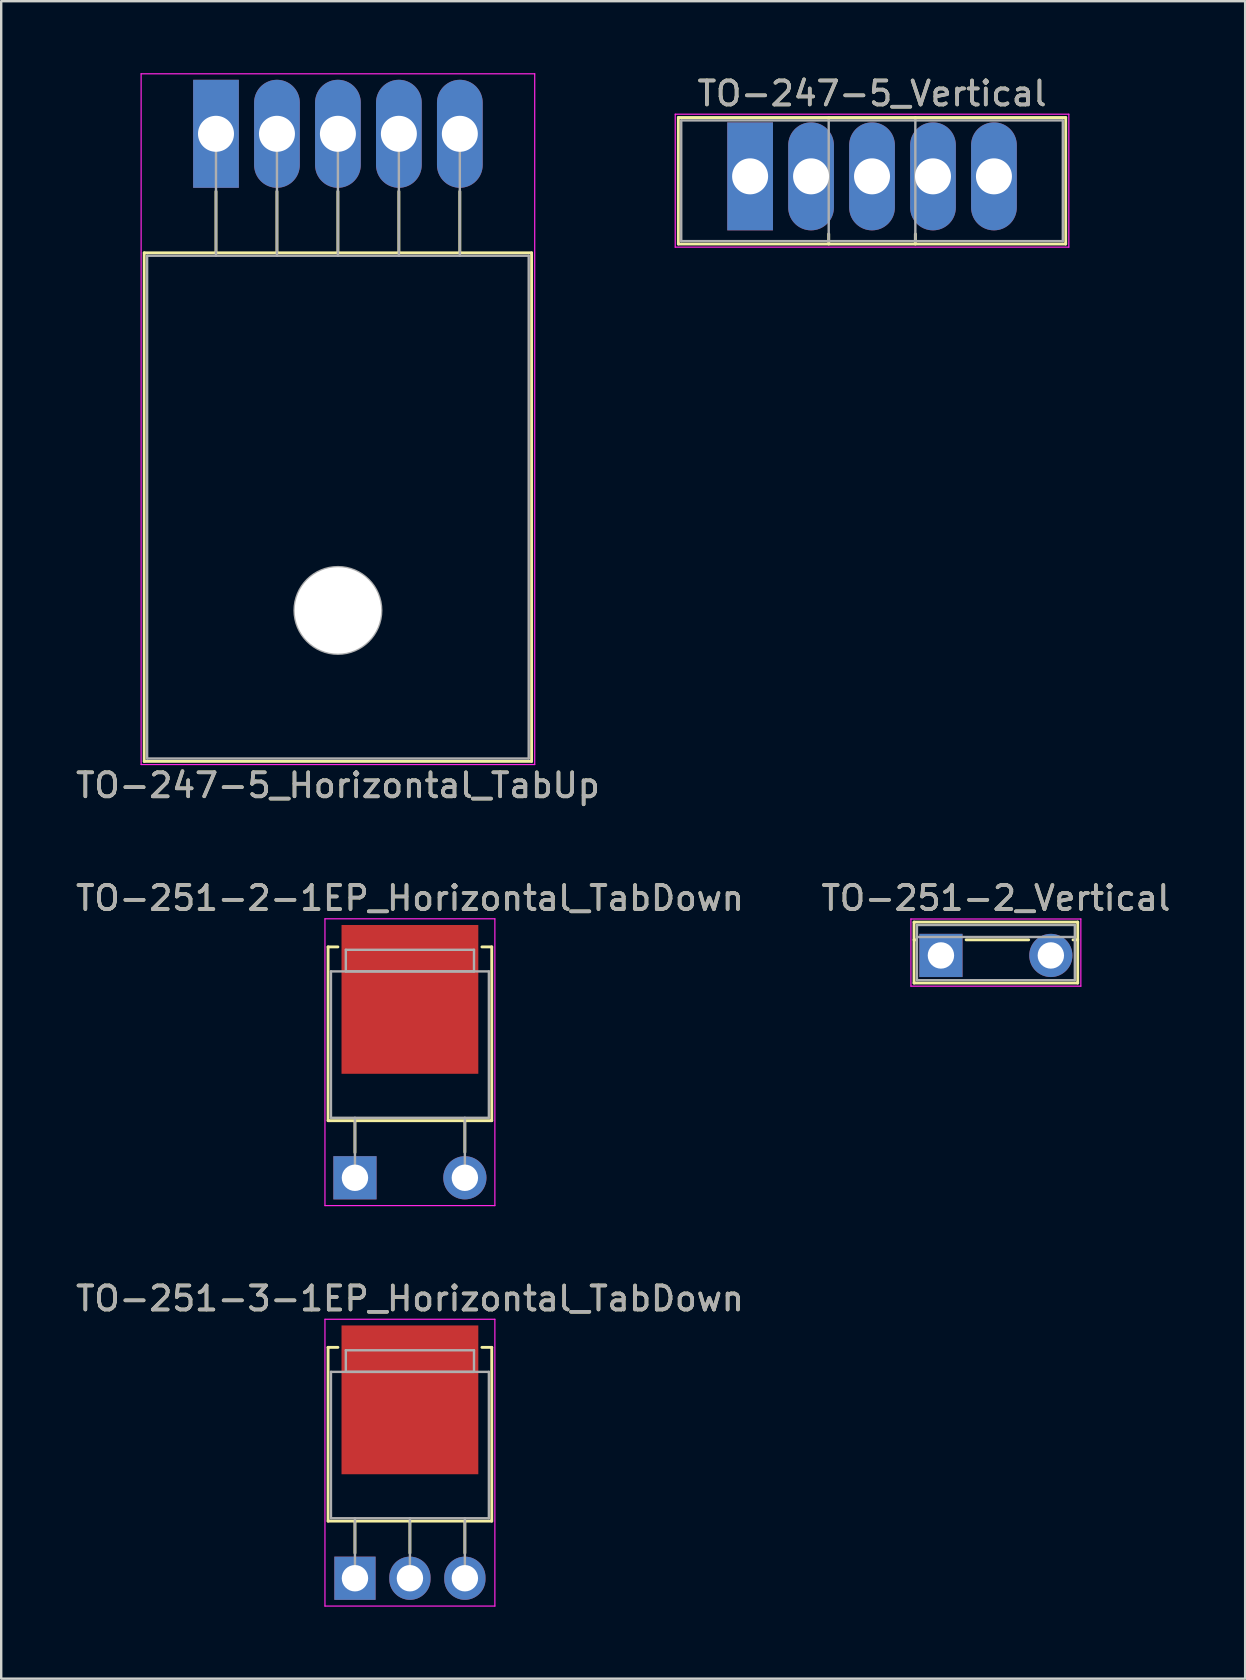
<source format=kicad_pcb>
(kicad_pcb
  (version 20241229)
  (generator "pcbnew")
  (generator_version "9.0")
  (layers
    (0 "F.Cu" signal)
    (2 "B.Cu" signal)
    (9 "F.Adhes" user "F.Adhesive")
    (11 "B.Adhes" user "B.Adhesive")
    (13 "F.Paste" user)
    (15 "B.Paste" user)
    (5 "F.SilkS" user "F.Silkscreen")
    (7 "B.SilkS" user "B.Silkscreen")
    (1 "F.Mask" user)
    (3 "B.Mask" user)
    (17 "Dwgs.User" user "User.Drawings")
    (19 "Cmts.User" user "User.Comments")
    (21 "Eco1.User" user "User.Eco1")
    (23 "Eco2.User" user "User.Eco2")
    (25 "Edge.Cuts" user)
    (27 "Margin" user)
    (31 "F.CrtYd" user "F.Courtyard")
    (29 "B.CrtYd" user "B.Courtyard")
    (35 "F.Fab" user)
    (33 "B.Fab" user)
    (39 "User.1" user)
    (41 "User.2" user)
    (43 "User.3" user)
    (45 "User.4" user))
  (footprint "TO-251-2_Vertical"
    (layer "F.Cu")
    (at 36.156 36.761)
    (property "Reference" "TO-251-2_Vertical" (at 2.29 -2.39 0) (layer "F.SilkS") (effects (font (size 1 1) (thickness 0.15))))
    (attr through_hole)
    (fp_line (start -1.12 -1.39) (end -1.12 1.15) (stroke (width 0.12) (type solid)) (layer "F.SilkS"))
    (fp_line (start -1.12 -1.39) (end 5.7 -1.39) (stroke (width 0.12) (type solid)) (layer "F.SilkS"))
    (fp_line (start -1.12 -0.651) (end -1.05 -0.651) (stroke (width 0.12) (type solid)) (layer "F.SilkS"))
    (fp_line (start -1.12 1.15) (end 5.7 1.15) (stroke (width 0.12) (type solid)) (layer "F.SilkS"))
    (fp_line (start 1.05 -0.651) (end 3.656 -0.651) (stroke (width 0.12) (type solid)) (layer "F.SilkS"))
    (fp_line (start 5.505 -0.651) (end 5.7 -0.651) (stroke (width 0.12) (type solid)) (layer "F.SilkS"))
    (fp_line (start 5.7 -1.39) (end 5.7 1.15) (stroke (width 0.12) (type solid)) (layer "F.SilkS"))
    (fp_line (start -1.25 -1.52) (end -1.25 1.28) (stroke (width 0.05) (type solid)) (layer "F.CrtYd"))
    (fp_line (start -1.25 1.28) (end 5.83 1.28) (stroke (width 0.05) (type solid)) (layer "F.CrtYd"))
    (fp_line (start 5.83 -1.52) (end -1.25 -1.52) (stroke (width 0.05) (type solid)) (layer "F.CrtYd"))
    (fp_line (start 5.83 1.28) (end 5.83 -1.52) (stroke (width 0.05) (type solid)) (layer "F.CrtYd"))
    (fp_line (start -1 -1.27) (end -1 1.03) (stroke (width 0.1) (type solid)) (layer "F.Fab"))
    (fp_line (start -1 -0.77) (end 5.58 -0.77) (stroke (width 0.1) (type solid)) (layer "F.Fab"))
    (fp_line (start -1 1.03) (end 5.58 1.03) (stroke (width 0.1) (type solid)) (layer "F.Fab"))
    (fp_line (start 5.58 -1.27) (end -1 -1.27) (stroke (width 0.1) (type solid)) (layer "F.Fab"))
    (fp_line (start 5.58 1.03) (end 5.58 -1.27) (stroke (width 0.1) (type solid)) (layer "F.Fab"))
    (fp_text user "${REFERENCE}" (at 2.29 -2.39 0) (layer "F.Fab") (effects (font (size 1 1) (thickness 0.15))))
    (pad "1" thru_hole rect (at 0 0) (size 1.8 1.8) (drill 1.1) (layers "*.Cu" "*.Mask"))
    (pad "2" thru_hole oval (at 4.58 0) (size 1.8 1.8) (drill 1.1) (layers "*.Cu" "*.Mask")))
  (footprint "TO-251-3-1EP_Horizontal_TabDown"
    (layer "F.Cu")
    (at 11.74 62.711)
    (property "Reference" "TO-251-3-1EP_Horizontal_TabDown" (at 2.29 -11.653 0) (layer "F.SilkS") (effects (font (size 1 1) (thickness 0.15))))
    (attr through_hole)
    (fp_line (start -1.12 -9.62) (end -1.12 -2.38) (stroke (width 0.12) (type solid)) (layer "F.SilkS"))
    (fp_line (start -1.12 -9.62) (end -0.711 -9.62) (stroke (width 0.12) (type solid)) (layer "F.SilkS"))
    (fp_line (start -1.12 -2.38) (end 5.7 -2.38) (stroke (width 0.12) (type solid)) (layer "F.SilkS"))
    (fp_line (start 0 -2.38) (end 0 -1.05) (stroke (width 0.12) (type solid)) (layer "F.SilkS"))
    (fp_line (start 2.29 -2.38) (end 2.29 -1.05) (stroke (width 0.12) (type solid)) (layer "F.SilkS"))
    (fp_line (start 4.58 -2.38) (end 4.58 -1.05) (stroke (width 0.12) (type solid)) (layer "F.SilkS"))
    (fp_line (start 5.291 -9.62) (end 5.7 -9.62) (stroke (width 0.12) (type solid)) (layer "F.SilkS"))
    (fp_line (start 5.7 -9.62) (end 5.7 -2.38) (stroke (width 0.12) (type solid)) (layer "F.SilkS"))
    (fp_line (start -1.25 -10.79) (end -1.25 1.16) (stroke (width 0.05) (type solid)) (layer "F.CrtYd"))
    (fp_line (start -1.25 1.16) (end 5.83 1.16) (stroke (width 0.05) (type solid)) (layer "F.CrtYd"))
    (fp_line (start 5.83 -10.79) (end -1.25 -10.79) (stroke (width 0.05) (type solid)) (layer "F.CrtYd"))
    (fp_line (start 5.83 1.16) (end 5.83 -10.79) (stroke (width 0.05) (type solid)) (layer "F.CrtYd"))
    (fp_line (start -1 -8.6) (end 5.58 -8.6) (stroke (width 0.1) (type solid)) (layer "F.Fab"))
    (fp_line (start -1 -2.5) (end -1 -8.6) (stroke (width 0.1) (type solid)) (layer "F.Fab"))
    (fp_line (start -0.38 -9.5) (end 4.96 -9.5) (stroke (width 0.1) (type solid)) (layer "F.Fab"))
    (fp_line (start -0.38 -8.6) (end -0.38 -9.5) (stroke (width 0.1) (type solid)) (layer "F.Fab"))
    (fp_line (start 0 -2.5) (end 0 0) (stroke (width 0.1) (type solid)) (layer "F.Fab"))
    (fp_line (start 2.29 -2.5) (end 2.29 0) (stroke (width 0.1) (type solid)) (layer "F.Fab"))
    (fp_line (start 4.58 -2.5) (end 4.58 0) (stroke (width 0.1) (type solid)) (layer "F.Fab"))
    (fp_line (start 4.96 -9.5) (end 4.96 -8.6) (stroke (width 0.1) (type solid)) (layer "F.Fab"))
    (fp_line (start 4.96 -8.6) (end -0.38 -8.6) (stroke (width 0.1) (type solid)) (layer "F.Fab"))
    (fp_line (start 5.58 -8.6) (end 5.58 -2.5) (stroke (width 0.1) (type solid)) (layer "F.Fab"))
    (fp_line (start 5.58 -2.5) (end -1 -2.5) (stroke (width 0.1) (type solid)) (layer "F.Fab"))
    (fp_text user "${REFERENCE}" (at 2.29 -11.653 0) (layer "F.Fab") (effects (font (size 1 1) (thickness 0.15))))
    (pad "1" thru_hole rect (at 0 0) (size 1.718 1.8) (drill 1.1) (layers "*.Cu" "*.Mask"))
    (pad "2" thru_hole oval (at 2.29 0) (size 1.718 1.8) (drill 1.1) (layers "*.Cu" "*.Mask"))
    (pad "3" thru_hole oval (at 4.58 0) (size 1.718 1.8) (drill 1.1) (layers "*.Cu" "*.Mask"))
    (pad "4" smd rect (at 2.29 -7.433) (size 5.7 6.2) (layers "F.Cu" "F.Mask" "F.Paste")))
  (footprint "TO-247-5_Horizontal_TabUp"
    (layer "F.Cu")
    (at 5.95 2.525)
    (property "Reference" "TO-247-5_Horizontal_TabUp" (at 5.08 27.15 0) (layer "F.SilkS") (effects (font (size 1 1) (thickness 0.15))))
    (attr through_hole)
    (fp_line (start -2.99 4.96) (end -2.99 26.15) (stroke (width 0.12) (type solid)) (layer "F.SilkS"))
    (fp_line (start -2.99 4.96) (end 13.15 4.96) (stroke (width 0.12) (type solid)) (layer "F.SilkS"))
    (fp_line (start -2.99 26.15) (end 13.15 26.15) (stroke (width 0.12) (type solid)) (layer "F.SilkS"))
    (fp_line (start 0 2.4) (end 0 4.96) (stroke (width 0.12) (type solid)) (layer "F.SilkS"))
    (fp_line (start 2.54 2.4) (end 2.54 4.96) (stroke (width 0.12) (type solid)) (layer "F.SilkS"))
    (fp_line (start 5.08 2.4) (end 5.08 4.96) (stroke (width 0.12) (type solid)) (layer "F.SilkS"))
    (fp_line (start 7.62 2.4) (end 7.62 4.96) (stroke (width 0.12) (type solid)) (layer "F.SilkS"))
    (fp_line (start 10.16 2.4) (end 10.16 4.96) (stroke (width 0.12) (type solid)) (layer "F.SilkS"))
    (fp_line (start 13.15 4.96) (end 13.15 26.15) (stroke (width 0.12) (type solid)) (layer "F.SilkS"))
    (fp_line (start -3.12 -2.5) (end -3.12 26.28) (stroke (width 0.05) (type solid)) (layer "F.CrtYd"))
    (fp_line (start -3.12 26.28) (end 13.28 26.28) (stroke (width 0.05) (type solid)) (layer "F.CrtYd"))
    (fp_line (start 13.28 -2.5) (end -3.12 -2.5) (stroke (width 0.05) (type solid)) (layer "F.CrtYd"))
    (fp_line (start 13.28 26.28) (end 13.28 -2.5) (stroke (width 0.05) (type solid)) (layer "F.CrtYd"))
    (fp_line (start -2.87 5.08) (end -2.87 26.03) (stroke (width 0.1) (type solid)) (layer "F.Fab"))
    (fp_line (start -2.87 26.03) (end 13.03 26.03) (stroke (width 0.1) (type solid)) (layer "F.Fab"))
    (fp_line (start 0 5.08) (end 0 0) (stroke (width 0.1) (type solid)) (layer "F.Fab"))
    (fp_line (start 2.54 5.08) (end 2.54 0) (stroke (width 0.1) (type solid)) (layer "F.Fab"))
    (fp_line (start 5.08 5.08) (end 5.08 0) (stroke (width 0.1) (type solid)) (layer "F.Fab"))
    (fp_line (start 7.62 5.08) (end 7.62 0) (stroke (width 0.1) (type solid)) (layer "F.Fab"))
    (fp_line (start 10.16 5.08) (end 10.16 0) (stroke (width 0.1) (type solid)) (layer "F.Fab"))
    (fp_line (start 13.03 5.08) (end -2.87 5.08) (stroke (width 0.1) (type solid)) (layer "F.Fab"))
    (fp_line (start 13.03 26.03) (end 13.03 5.08) (stroke (width 0.1) (type solid)) (layer "F.Fab"))
    (fp_circle (center 5.08 19.86) (end 6.885 19.86) (stroke (width 0.1) (type solid)) (fill no) (layer "F.Fab"))
    (fp_text user "${REFERENCE}" (at 5.08 27.15 0) (layer "F.Fab") (effects (font (size 1 1) (thickness 0.15))))
    (pad "" np_thru_hole oval (at 5.08 19.86) (size 3.6 3.6) (drill 3.6) (layers "*.Cu" "*.Mask"))
    (pad "1" thru_hole rect (at 0 0) (size 1.905 4.5) (drill 1.5) (layers "*.Cu" "*.Mask"))
    (pad "2" thru_hole oval (at 2.54 0) (size 1.905 4.5) (drill 1.5) (layers "*.Cu" "*.Mask"))
    (pad "3" thru_hole oval (at 5.08 0) (size 1.905 4.5) (drill 1.5) (layers "*.Cu" "*.Mask"))
    (pad "4" thru_hole oval (at 7.62 0) (size 1.905 4.5) (drill 1.5) (layers "*.Cu" "*.Mask"))
    (pad "5" thru_hole oval (at 10.16 0) (size 1.905 4.5) (drill 1.5) (layers "*.Cu" "*.Mask")))
  (footprint "TO-247-5_Vertical"
    (layer "F.Cu")
    (at 28.205 4.298)
    (property "Reference" "TO-247-5_Vertical" (at 5.08 -3.45 0) (layer "F.SilkS") (effects (font (size 1 1) (thickness 0.15))))
    (attr through_hole)
    (fp_line (start -2.99 -2.451) (end -2.99 2.82) (stroke (width 0.12) (type solid)) (layer "F.SilkS"))
    (fp_line (start -2.99 -2.451) (end 13.15 -2.451) (stroke (width 0.12) (type solid)) (layer "F.SilkS"))
    (fp_line (start -2.99 2.82) (end 13.15 2.82) (stroke (width 0.12) (type solid)) (layer "F.SilkS"))
    (fp_line (start 3.276 -2.451) (end 3.276 -2.4) (stroke (width 0.12) (type solid)) (layer "F.SilkS"))
    (fp_line (start 3.276 2.4) (end 3.276 2.82) (stroke (width 0.12) (type solid)) (layer "F.SilkS"))
    (fp_line (start 6.885 -2.451) (end 6.885 -2.4) (stroke (width 0.12) (type solid)) (layer "F.SilkS"))
    (fp_line (start 6.885 2.4) (end 6.885 2.82) (stroke (width 0.12) (type solid)) (layer "F.SilkS"))
    (fp_line (start 13.15 -2.451) (end 13.15 2.82) (stroke (width 0.12) (type solid)) (layer "F.SilkS"))
    (fp_line (start -3.12 -2.59) (end -3.12 2.95) (stroke (width 0.05) (type solid)) (layer "F.CrtYd"))
    (fp_line (start -3.12 2.95) (end 13.28 2.95) (stroke (width 0.05) (type solid)) (layer "F.CrtYd"))
    (fp_line (start 13.28 -2.59) (end -3.12 -2.59) (stroke (width 0.05) (type solid)) (layer "F.CrtYd"))
    (fp_line (start 13.28 2.95) (end 13.28 -2.59) (stroke (width 0.05) (type solid)) (layer "F.CrtYd"))
    (fp_line (start -2.87 -2.33) (end -2.87 2.7) (stroke (width 0.1) (type solid)) (layer "F.Fab"))
    (fp_line (start -2.87 2.7) (end 13.03 2.7) (stroke (width 0.1) (type solid)) (layer "F.Fab"))
    (fp_line (start 3.275 -2.33) (end 3.275 2.7) (stroke (width 0.1) (type solid)) (layer "F.Fab"))
    (fp_line (start 6.885 -2.33) (end 6.885 2.7) (stroke (width 0.1) (type solid)) (layer "F.Fab"))
    (fp_line (start 13.03 -2.33) (end -2.87 -2.33) (stroke (width 0.1) (type solid)) (layer "F.Fab"))
    (fp_line (start 13.03 2.7) (end 13.03 -2.33) (stroke (width 0.1) (type solid)) (layer "F.Fab"))
    (fp_text user "${REFERENCE}" (at 5.08 -3.45 0) (layer "F.Fab") (effects (font (size 1 1) (thickness 0.15))))
    (pad "1" thru_hole rect (at 0 0) (size 1.905 4.5) (drill 1.5) (layers "*.Cu" "*.Mask"))
    (pad "2" thru_hole oval (at 2.54 0) (size 1.905 4.5) (drill 1.5) (layers "*.Cu" "*.Mask"))
    (pad "3" thru_hole oval (at 5.08 0) (size 1.905 4.5) (drill 1.5) (layers "*.Cu" "*.Mask"))
    (pad "4" thru_hole oval (at 7.62 0) (size 1.905 4.5) (drill 1.5) (layers "*.Cu" "*.Mask"))
    (pad "5" thru_hole oval (at 10.16 0) (size 1.905 4.5) (drill 1.5) (layers "*.Cu" "*.Mask")))
  (footprint "TO-251-2-1EP_Horizontal_TabDown"
    (layer "F.Cu")
    (at 11.74 46.025)
    (property "Reference" "TO-251-2-1EP_Horizontal_TabDown" (at 2.29 -11.653 0) (layer "F.SilkS") (effects (font (size 1 1) (thickness 0.15))))
    (attr through_hole)
    (fp_line (start -1.12 -9.62) (end -1.12 -2.38) (stroke (width 0.12) (type solid)) (layer "F.SilkS"))
    (fp_line (start -1.12 -9.62) (end -0.711 -9.62) (stroke (width 0.12) (type solid)) (layer "F.SilkS"))
    (fp_line (start -1.12 -2.38) (end 5.7 -2.38) (stroke (width 0.12) (type solid)) (layer "F.SilkS"))
    (fp_line (start 0 -2.38) (end 0 -1.05) (stroke (width 0.12) (type solid)) (layer "F.SilkS"))
    (fp_line (start 4.58 -2.38) (end 4.58 -1.066) (stroke (width 0.12) (type solid)) (layer "F.SilkS"))
    (fp_line (start 5.291 -9.62) (end 5.7 -9.62) (stroke (width 0.12) (type solid)) (layer "F.SilkS"))
    (fp_line (start 5.7 -9.62) (end 5.7 -2.38) (stroke (width 0.12) (type solid)) (layer "F.SilkS"))
    (fp_line (start -1.25 -10.79) (end -1.25 1.16) (stroke (width 0.05) (type solid)) (layer "F.CrtYd"))
    (fp_line (start -1.25 1.16) (end 5.83 1.16) (stroke (width 0.05) (type solid)) (layer "F.CrtYd"))
    (fp_line (start 5.83 -10.79) (end -1.25 -10.79) (stroke (width 0.05) (type solid)) (layer "F.CrtYd"))
    (fp_line (start 5.83 1.16) (end 5.83 -10.79) (stroke (width 0.05) (type solid)) (layer "F.CrtYd"))
    (fp_line (start -1 -8.6) (end 5.58 -8.6) (stroke (width 0.1) (type solid)) (layer "F.Fab"))
    (fp_line (start -1 -2.5) (end -1 -8.6) (stroke (width 0.1) (type solid)) (layer "F.Fab"))
    (fp_line (start -0.38 -9.5) (end 4.96 -9.5) (stroke (width 0.1) (type solid)) (layer "F.Fab"))
    (fp_line (start -0.38 -8.6) (end -0.38 -9.5) (stroke (width 0.1) (type solid)) (layer "F.Fab"))
    (fp_line (start 0 -2.5) (end 0 0) (stroke (width 0.1) (type solid)) (layer "F.Fab"))
    (fp_line (start 4.58 -2.5) (end 4.58 0) (stroke (width 0.1) (type solid)) (layer "F.Fab"))
    (fp_line (start 4.96 -9.5) (end 4.96 -8.6) (stroke (width 0.1) (type solid)) (layer "F.Fab"))
    (fp_line (start 4.96 -8.6) (end -0.38 -8.6) (stroke (width 0.1) (type solid)) (layer "F.Fab"))
    (fp_line (start 5.58 -8.6) (end 5.58 -2.5) (stroke (width 0.1) (type solid)) (layer "F.Fab"))
    (fp_line (start 5.58 -2.5) (end -1 -2.5) (stroke (width 0.1) (type solid)) (layer "F.Fab"))
    (fp_text user "${REFERENCE}" (at 2.29 -11.653 0) (layer "F.Fab") (effects (font (size 1 1) (thickness 0.15))))
    (pad "1" thru_hole rect (at 0 0) (size 1.8 1.8) (drill 1.1) (layers "*.Cu" "*.Mask"))
    (pad "2" thru_hole oval (at 4.58 0) (size 1.8 1.8) (drill 1.1) (layers "*.Cu" "*.Mask"))
    (pad "3" smd rect (at 2.29 -7.433) (size 5.7 6.2) (layers "F.Cu" "F.Mask" "F.Paste")))
  (gr_rect
    (start -3 -3)
    (end 48.833 66.896)
    (stroke (width 0.1) (type default))
    (fill no)
    (layer "Edge.Cuts")))
</source>
